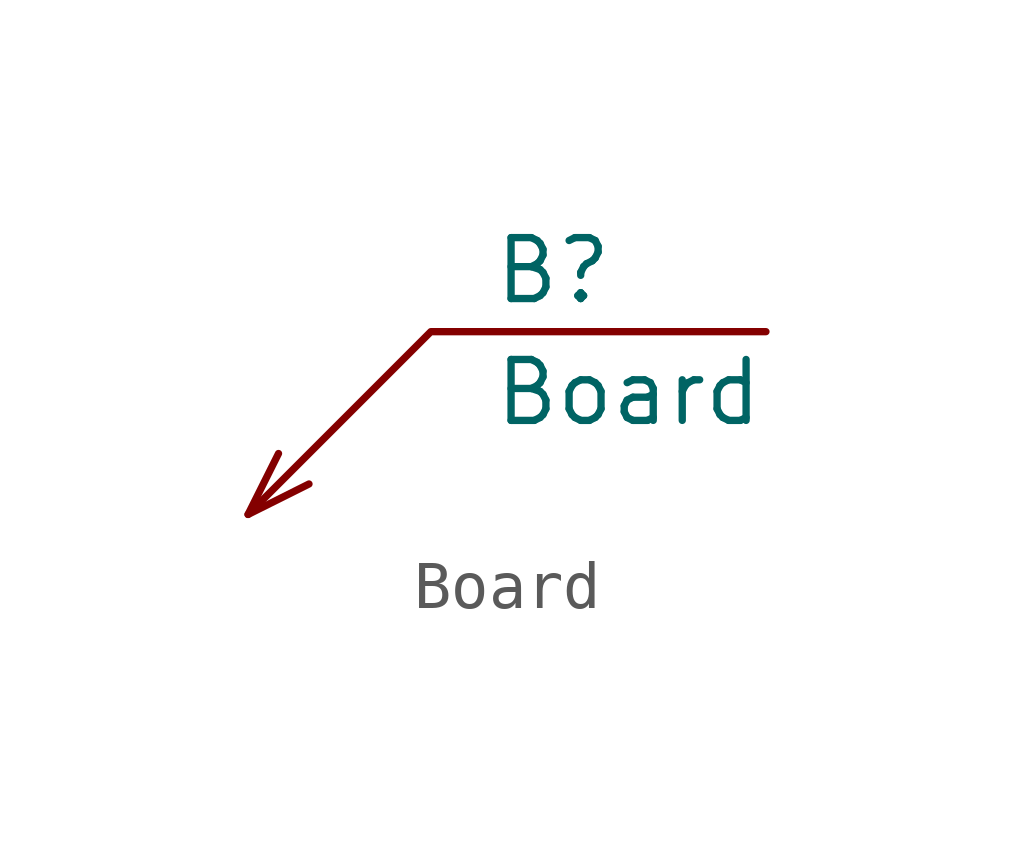
<source format=kicad_sym>
(kicad_symbol_lib
  (version 20211014)
  (generator kicad_symbol_editor)
  (symbol "Board"
    (property "Reference" "B"
      (at 5.08 5.08 0)
      (effects (font (size 1.27 1.27)) (justify left)))
    (property "Value" "Board"
      (at 5.08 2.54 0)
      (effects (font (size 1.27 1.27)) (justify left)))
    (symbol "Board_0_1"
      (polyline (pts (xy 0 0) (xy 3.81 3.81) (xy 10.795 3.81)) (stroke (width 0.152) (type default) (color 0 0 0 0)) (fill (type none)))
      (polyline (pts (xy 0.635 1.27) (xy 0 0) (xy 1.27 0.635)) (stroke (width 0.152) (type default) (color 0 0 0 0)) (fill (type none))))))
</source>
